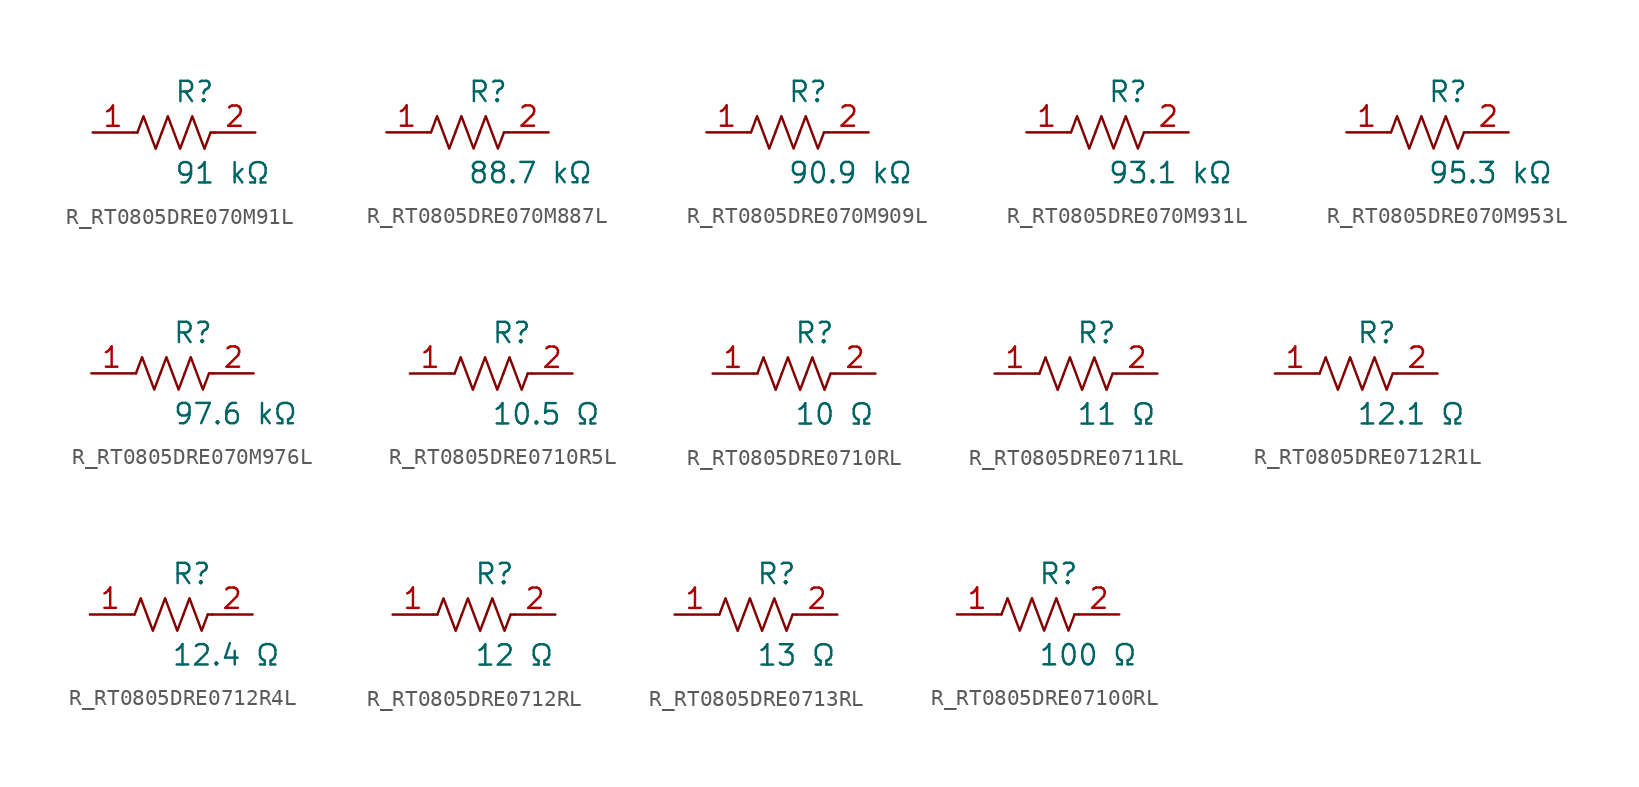
<source format=kicad_sym>
(kicad_symbol_lib
  (version 20231120)
  (generator kicad_symbol_editor)
  (generator_version 8.0)
  (symbol "R_RT0805DRE070M91L"
    (pin_names
      (offset 0.254))
    (property "Reference" "R"
      (at 0.0 2.54 0)
      (effects (font (size 1.27 1.27)) (justify left)))
    (property "Value" "91 kΩ"
      (at 0.0 -2.54 0)
      (effects (font (size 1.27 1.27)) (justify left)))
    (symbol "R_RT0805DRE070M91L_0_1"
      (polyline (pts (xy 2.286 0) (xy 2.54 0)) (stroke (width 0) (type default)) (fill (type none)))
      (polyline (pts (xy -2.286 0) (xy -2.54 0)) (stroke (width 0) (type default)) (fill (type none)))
      (polyline (pts (xy 0.762 0) (xy 1.143 1.016) (xy 1.524 0) (xy 1.905 -1.016) (xy 2.286 0)) (stroke (width 0) (type default)) (fill (type none)))
      (polyline (pts (xy -0.762 0) (xy -0.381 1.016) (xy 0 0) (xy 0.381 -1.016) (xy 0.762 0)) (stroke (width 0) (type default)) (fill (type none)))
      (polyline (pts (xy -2.286 0) (xy -1.905 1.016) (xy -1.524 0) (xy -1.143 -1.016) (xy -0.762 0)) (stroke (width 0) (type default)) (fill (type none))))
    (pin unspecified line
      (at -5.08 0 0)
      (length 2.54)
      (name "" (effects (font (size 1.27 1.27))))
      (number "1" (effects (font (size 1.27 1.27)))))
    (pin unspecified line
      (at 5.08 0 180)
      (length 2.54)
      (name "" (effects (font (size 1.27 1.27))))
      (number "2" (effects (font (size 1.27 1.27))))))
  (symbol "R_RT0805DRE070M887L"
    (pin_names
      (offset 0.254))
    (property "Reference" "R"
      (at 0.0 2.54 0)
      (effects (font (size 1.27 1.27)) (justify left)))
    (property "Value" "88.7 kΩ"
      (at 0.0 -2.54 0)
      (effects (font (size 1.27 1.27)) (justify left)))
    (symbol "R_RT0805DRE070M887L_0_1"
      (polyline (pts (xy 2.286 0) (xy 2.54 0)) (stroke (width 0) (type default)) (fill (type none)))
      (polyline (pts (xy -2.286 0) (xy -2.54 0)) (stroke (width 0) (type default)) (fill (type none)))
      (polyline (pts (xy 0.762 0) (xy 1.143 1.016) (xy 1.524 0) (xy 1.905 -1.016) (xy 2.286 0)) (stroke (width 0) (type default)) (fill (type none)))
      (polyline (pts (xy -0.762 0) (xy -0.381 1.016) (xy 0 0) (xy 0.381 -1.016) (xy 0.762 0)) (stroke (width 0) (type default)) (fill (type none)))
      (polyline (pts (xy -2.286 0) (xy -1.905 1.016) (xy -1.524 0) (xy -1.143 -1.016) (xy -0.762 0)) (stroke (width 0) (type default)) (fill (type none))))
    (pin unspecified line
      (at -5.08 0 0)
      (length 2.54)
      (name "" (effects (font (size 1.27 1.27))))
      (number "1" (effects (font (size 1.27 1.27)))))
    (pin unspecified line
      (at 5.08 0 180)
      (length 2.54)
      (name "" (effects (font (size 1.27 1.27))))
      (number "2" (effects (font (size 1.27 1.27))))))
  (symbol "R_RT0805DRE070M909L"
    (pin_names
      (offset 0.254))
    (property "Reference" "R"
      (at 0.0 2.54 0)
      (effects (font (size 1.27 1.27)) (justify left)))
    (property "Value" "90.9 kΩ"
      (at 0.0 -2.54 0)
      (effects (font (size 1.27 1.27)) (justify left)))
    (symbol "R_RT0805DRE070M909L_0_1"
      (polyline (pts (xy 2.286 0) (xy 2.54 0)) (stroke (width 0) (type default)) (fill (type none)))
      (polyline (pts (xy -2.286 0) (xy -2.54 0)) (stroke (width 0) (type default)) (fill (type none)))
      (polyline (pts (xy 0.762 0) (xy 1.143 1.016) (xy 1.524 0) (xy 1.905 -1.016) (xy 2.286 0)) (stroke (width 0) (type default)) (fill (type none)))
      (polyline (pts (xy -0.762 0) (xy -0.381 1.016) (xy 0 0) (xy 0.381 -1.016) (xy 0.762 0)) (stroke (width 0) (type default)) (fill (type none)))
      (polyline (pts (xy -2.286 0) (xy -1.905 1.016) (xy -1.524 0) (xy -1.143 -1.016) (xy -0.762 0)) (stroke (width 0) (type default)) (fill (type none))))
    (pin unspecified line
      (at -5.08 0 0)
      (length 2.54)
      (name "" (effects (font (size 1.27 1.27))))
      (number "1" (effects (font (size 1.27 1.27)))))
    (pin unspecified line
      (at 5.08 0 180)
      (length 2.54)
      (name "" (effects (font (size 1.27 1.27))))
      (number "2" (effects (font (size 1.27 1.27))))))
  (symbol "R_RT0805DRE070M931L"
    (pin_names
      (offset 0.254))
    (property "Reference" "R"
      (at 0.0 2.54 0)
      (effects (font (size 1.27 1.27)) (justify left)))
    (property "Value" "93.1 kΩ"
      (at 0.0 -2.54 0)
      (effects (font (size 1.27 1.27)) (justify left)))
    (symbol "R_RT0805DRE070M931L_0_1"
      (polyline (pts (xy 2.286 0) (xy 2.54 0)) (stroke (width 0) (type default)) (fill (type none)))
      (polyline (pts (xy -2.286 0) (xy -2.54 0)) (stroke (width 0) (type default)) (fill (type none)))
      (polyline (pts (xy 0.762 0) (xy 1.143 1.016) (xy 1.524 0) (xy 1.905 -1.016) (xy 2.286 0)) (stroke (width 0) (type default)) (fill (type none)))
      (polyline (pts (xy -0.762 0) (xy -0.381 1.016) (xy 0 0) (xy 0.381 -1.016) (xy 0.762 0)) (stroke (width 0) (type default)) (fill (type none)))
      (polyline (pts (xy -2.286 0) (xy -1.905 1.016) (xy -1.524 0) (xy -1.143 -1.016) (xy -0.762 0)) (stroke (width 0) (type default)) (fill (type none))))
    (pin unspecified line
      (at -5.08 0 0)
      (length 2.54)
      (name "" (effects (font (size 1.27 1.27))))
      (number "1" (effects (font (size 1.27 1.27)))))
    (pin unspecified line
      (at 5.08 0 180)
      (length 2.54)
      (name "" (effects (font (size 1.27 1.27))))
      (number "2" (effects (font (size 1.27 1.27))))))
  (symbol "R_RT0805DRE070M953L"
    (pin_names
      (offset 0.254))
    (property "Reference" "R"
      (at 0.0 2.54 0)
      (effects (font (size 1.27 1.27)) (justify left)))
    (property "Value" "95.3 kΩ"
      (at 0.0 -2.54 0)
      (effects (font (size 1.27 1.27)) (justify left)))
    (symbol "R_RT0805DRE070M953L_0_1"
      (polyline (pts (xy 2.286 0) (xy 2.54 0)) (stroke (width 0) (type default)) (fill (type none)))
      (polyline (pts (xy -2.286 0) (xy -2.54 0)) (stroke (width 0) (type default)) (fill (type none)))
      (polyline (pts (xy 0.762 0) (xy 1.143 1.016) (xy 1.524 0) (xy 1.905 -1.016) (xy 2.286 0)) (stroke (width 0) (type default)) (fill (type none)))
      (polyline (pts (xy -0.762 0) (xy -0.381 1.016) (xy 0 0) (xy 0.381 -1.016) (xy 0.762 0)) (stroke (width 0) (type default)) (fill (type none)))
      (polyline (pts (xy -2.286 0) (xy -1.905 1.016) (xy -1.524 0) (xy -1.143 -1.016) (xy -0.762 0)) (stroke (width 0) (type default)) (fill (type none))))
    (pin unspecified line
      (at -5.08 0 0)
      (length 2.54)
      (name "" (effects (font (size 1.27 1.27))))
      (number "1" (effects (font (size 1.27 1.27)))))
    (pin unspecified line
      (at 5.08 0 180)
      (length 2.54)
      (name "" (effects (font (size 1.27 1.27))))
      (number "2" (effects (font (size 1.27 1.27))))))
  (symbol "R_RT0805DRE070M976L"
    (pin_names
      (offset 0.254))
    (property "Reference" "R"
      (at 0.0 2.54 0)
      (effects (font (size 1.27 1.27)) (justify left)))
    (property "Value" "97.6 kΩ"
      (at 0.0 -2.54 0)
      (effects (font (size 1.27 1.27)) (justify left)))
    (symbol "R_RT0805DRE070M976L_0_1"
      (polyline (pts (xy 2.286 0) (xy 2.54 0)) (stroke (width 0) (type default)) (fill (type none)))
      (polyline (pts (xy -2.286 0) (xy -2.54 0)) (stroke (width 0) (type default)) (fill (type none)))
      (polyline (pts (xy 0.762 0) (xy 1.143 1.016) (xy 1.524 0) (xy 1.905 -1.016) (xy 2.286 0)) (stroke (width 0) (type default)) (fill (type none)))
      (polyline (pts (xy -0.762 0) (xy -0.381 1.016) (xy 0 0) (xy 0.381 -1.016) (xy 0.762 0)) (stroke (width 0) (type default)) (fill (type none)))
      (polyline (pts (xy -2.286 0) (xy -1.905 1.016) (xy -1.524 0) (xy -1.143 -1.016) (xy -0.762 0)) (stroke (width 0) (type default)) (fill (type none))))
    (pin unspecified line
      (at -5.08 0 0)
      (length 2.54)
      (name "" (effects (font (size 1.27 1.27))))
      (number "1" (effects (font (size 1.27 1.27)))))
    (pin unspecified line
      (at 5.08 0 180)
      (length 2.54)
      (name "" (effects (font (size 1.27 1.27))))
      (number "2" (effects (font (size 1.27 1.27))))))
  (symbol "R_RT0805DRE0710R5L"
    (pin_names
      (offset 0.254))
    (property "Reference" "R"
      (at 0.0 2.54 0)
      (effects (font (size 1.27 1.27)) (justify left)))
    (property "Value" "10.5 Ω"
      (at 0.0 -2.54 0)
      (effects (font (size 1.27 1.27)) (justify left)))
    (symbol "R_RT0805DRE0710R5L_0_1"
      (polyline (pts (xy 2.286 0) (xy 2.54 0)) (stroke (width 0) (type default)) (fill (type none)))
      (polyline (pts (xy -2.286 0) (xy -2.54 0)) (stroke (width 0) (type default)) (fill (type none)))
      (polyline (pts (xy 0.762 0) (xy 1.143 1.016) (xy 1.524 0) (xy 1.905 -1.016) (xy 2.286 0)) (stroke (width 0) (type default)) (fill (type none)))
      (polyline (pts (xy -0.762 0) (xy -0.381 1.016) (xy 0 0) (xy 0.381 -1.016) (xy 0.762 0)) (stroke (width 0) (type default)) (fill (type none)))
      (polyline (pts (xy -2.286 0) (xy -1.905 1.016) (xy -1.524 0) (xy -1.143 -1.016) (xy -0.762 0)) (stroke (width 0) (type default)) (fill (type none))))
    (pin unspecified line
      (at -5.08 0 0)
      (length 2.54)
      (name "" (effects (font (size 1.27 1.27))))
      (number "1" (effects (font (size 1.27 1.27)))))
    (pin unspecified line
      (at 5.08 0 180)
      (length 2.54)
      (name "" (effects (font (size 1.27 1.27))))
      (number "2" (effects (font (size 1.27 1.27))))))
  (symbol "R_RT0805DRE0710RL"
    (pin_names
      (offset 0.254))
    (property "Reference" "R"
      (at 0.0 2.54 0)
      (effects (font (size 1.27 1.27)) (justify left)))
    (property "Value" "10 Ω"
      (at 0.0 -2.54 0)
      (effects (font (size 1.27 1.27)) (justify left)))
    (symbol "R_RT0805DRE0710RL_0_1"
      (polyline (pts (xy 2.286 0) (xy 2.54 0)) (stroke (width 0) (type default)) (fill (type none)))
      (polyline (pts (xy -2.286 0) (xy -2.54 0)) (stroke (width 0) (type default)) (fill (type none)))
      (polyline (pts (xy 0.762 0) (xy 1.143 1.016) (xy 1.524 0) (xy 1.905 -1.016) (xy 2.286 0)) (stroke (width 0) (type default)) (fill (type none)))
      (polyline (pts (xy -0.762 0) (xy -0.381 1.016) (xy 0 0) (xy 0.381 -1.016) (xy 0.762 0)) (stroke (width 0) (type default)) (fill (type none)))
      (polyline (pts (xy -2.286 0) (xy -1.905 1.016) (xy -1.524 0) (xy -1.143 -1.016) (xy -0.762 0)) (stroke (width 0) (type default)) (fill (type none))))
    (pin unspecified line
      (at -5.08 0 0)
      (length 2.54)
      (name "" (effects (font (size 1.27 1.27))))
      (number "1" (effects (font (size 1.27 1.27)))))
    (pin unspecified line
      (at 5.08 0 180)
      (length 2.54)
      (name "" (effects (font (size 1.27 1.27))))
      (number "2" (effects (font (size 1.27 1.27))))))
  (symbol "R_RT0805DRE0711RL"
    (pin_names
      (offset 0.254))
    (property "Reference" "R"
      (at 0.0 2.54 0)
      (effects (font (size 1.27 1.27)) (justify left)))
    (property "Value" "11 Ω"
      (at 0.0 -2.54 0)
      (effects (font (size 1.27 1.27)) (justify left)))
    (symbol "R_RT0805DRE0711RL_0_1"
      (polyline (pts (xy 2.286 0) (xy 2.54 0)) (stroke (width 0) (type default)) (fill (type none)))
      (polyline (pts (xy -2.286 0) (xy -2.54 0)) (stroke (width 0) (type default)) (fill (type none)))
      (polyline (pts (xy 0.762 0) (xy 1.143 1.016) (xy 1.524 0) (xy 1.905 -1.016) (xy 2.286 0)) (stroke (width 0) (type default)) (fill (type none)))
      (polyline (pts (xy -0.762 0) (xy -0.381 1.016) (xy 0 0) (xy 0.381 -1.016) (xy 0.762 0)) (stroke (width 0) (type default)) (fill (type none)))
      (polyline (pts (xy -2.286 0) (xy -1.905 1.016) (xy -1.524 0) (xy -1.143 -1.016) (xy -0.762 0)) (stroke (width 0) (type default)) (fill (type none))))
    (pin unspecified line
      (at -5.08 0 0)
      (length 2.54)
      (name "" (effects (font (size 1.27 1.27))))
      (number "1" (effects (font (size 1.27 1.27)))))
    (pin unspecified line
      (at 5.08 0 180)
      (length 2.54)
      (name "" (effects (font (size 1.27 1.27))))
      (number "2" (effects (font (size 1.27 1.27))))))
  (symbol "R_RT0805DRE0712R1L"
    (pin_names
      (offset 0.254))
    (property "Reference" "R"
      (at 0.0 2.54 0)
      (effects (font (size 1.27 1.27)) (justify left)))
    (property "Value" "12.1 Ω"
      (at 0.0 -2.54 0)
      (effects (font (size 1.27 1.27)) (justify left)))
    (symbol "R_RT0805DRE0712R1L_0_1"
      (polyline (pts (xy 2.286 0) (xy 2.54 0)) (stroke (width 0) (type default)) (fill (type none)))
      (polyline (pts (xy -2.286 0) (xy -2.54 0)) (stroke (width 0) (type default)) (fill (type none)))
      (polyline (pts (xy 0.762 0) (xy 1.143 1.016) (xy 1.524 0) (xy 1.905 -1.016) (xy 2.286 0)) (stroke (width 0) (type default)) (fill (type none)))
      (polyline (pts (xy -0.762 0) (xy -0.381 1.016) (xy 0 0) (xy 0.381 -1.016) (xy 0.762 0)) (stroke (width 0) (type default)) (fill (type none)))
      (polyline (pts (xy -2.286 0) (xy -1.905 1.016) (xy -1.524 0) (xy -1.143 -1.016) (xy -0.762 0)) (stroke (width 0) (type default)) (fill (type none))))
    (pin unspecified line
      (at -5.08 0 0)
      (length 2.54)
      (name "" (effects (font (size 1.27 1.27))))
      (number "1" (effects (font (size 1.27 1.27)))))
    (pin unspecified line
      (at 5.08 0 180)
      (length 2.54)
      (name "" (effects (font (size 1.27 1.27))))
      (number "2" (effects (font (size 1.27 1.27))))))
  (symbol "R_RT0805DRE0712R4L"
    (pin_names
      (offset 0.254))
    (property "Reference" "R"
      (at 0.0 2.54 0)
      (effects (font (size 1.27 1.27)) (justify left)))
    (property "Value" "12.4 Ω"
      (at 0.0 -2.54 0)
      (effects (font (size 1.27 1.27)) (justify left)))
    (symbol "R_RT0805DRE0712R4L_0_1"
      (polyline (pts (xy 2.286 0) (xy 2.54 0)) (stroke (width 0) (type default)) (fill (type none)))
      (polyline (pts (xy -2.286 0) (xy -2.54 0)) (stroke (width 0) (type default)) (fill (type none)))
      (polyline (pts (xy 0.762 0) (xy 1.143 1.016) (xy 1.524 0) (xy 1.905 -1.016) (xy 2.286 0)) (stroke (width 0) (type default)) (fill (type none)))
      (polyline (pts (xy -0.762 0) (xy -0.381 1.016) (xy 0 0) (xy 0.381 -1.016) (xy 0.762 0)) (stroke (width 0) (type default)) (fill (type none)))
      (polyline (pts (xy -2.286 0) (xy -1.905 1.016) (xy -1.524 0) (xy -1.143 -1.016) (xy -0.762 0)) (stroke (width 0) (type default)) (fill (type none))))
    (pin unspecified line
      (at -5.08 0 0)
      (length 2.54)
      (name "" (effects (font (size 1.27 1.27))))
      (number "1" (effects (font (size 1.27 1.27)))))
    (pin unspecified line
      (at 5.08 0 180)
      (length 2.54)
      (name "" (effects (font (size 1.27 1.27))))
      (number "2" (effects (font (size 1.27 1.27))))))
  (symbol "R_RT0805DRE0712RL"
    (pin_names
      (offset 0.254))
    (property "Reference" "R"
      (at 0.0 2.54 0)
      (effects (font (size 1.27 1.27)) (justify left)))
    (property "Value" "12 Ω"
      (at 0.0 -2.54 0)
      (effects (font (size 1.27 1.27)) (justify left)))
    (symbol "R_RT0805DRE0712RL_0_1"
      (polyline (pts (xy 2.286 0) (xy 2.54 0)) (stroke (width 0) (type default)) (fill (type none)))
      (polyline (pts (xy -2.286 0) (xy -2.54 0)) (stroke (width 0) (type default)) (fill (type none)))
      (polyline (pts (xy 0.762 0) (xy 1.143 1.016) (xy 1.524 0) (xy 1.905 -1.016) (xy 2.286 0)) (stroke (width 0) (type default)) (fill (type none)))
      (polyline (pts (xy -0.762 0) (xy -0.381 1.016) (xy 0 0) (xy 0.381 -1.016) (xy 0.762 0)) (stroke (width 0) (type default)) (fill (type none)))
      (polyline (pts (xy -2.286 0) (xy -1.905 1.016) (xy -1.524 0) (xy -1.143 -1.016) (xy -0.762 0)) (stroke (width 0) (type default)) (fill (type none))))
    (pin unspecified line
      (at -5.08 0 0)
      (length 2.54)
      (name "" (effects (font (size 1.27 1.27))))
      (number "1" (effects (font (size 1.27 1.27)))))
    (pin unspecified line
      (at 5.08 0 180)
      (length 2.54)
      (name "" (effects (font (size 1.27 1.27))))
      (number "2" (effects (font (size 1.27 1.27))))))
  (symbol "R_RT0805DRE0713RL"
    (pin_names
      (offset 0.254))
    (property "Reference" "R"
      (at 0.0 2.54 0)
      (effects (font (size 1.27 1.27)) (justify left)))
    (property "Value" "13 Ω"
      (at 0.0 -2.54 0)
      (effects (font (size 1.27 1.27)) (justify left)))
    (symbol "R_RT0805DRE0713RL_0_1"
      (polyline (pts (xy 2.286 0) (xy 2.54 0)) (stroke (width 0) (type default)) (fill (type none)))
      (polyline (pts (xy -2.286 0) (xy -2.54 0)) (stroke (width 0) (type default)) (fill (type none)))
      (polyline (pts (xy 0.762 0) (xy 1.143 1.016) (xy 1.524 0) (xy 1.905 -1.016) (xy 2.286 0)) (stroke (width 0) (type default)) (fill (type none)))
      (polyline (pts (xy -0.762 0) (xy -0.381 1.016) (xy 0 0) (xy 0.381 -1.016) (xy 0.762 0)) (stroke (width 0) (type default)) (fill (type none)))
      (polyline (pts (xy -2.286 0) (xy -1.905 1.016) (xy -1.524 0) (xy -1.143 -1.016) (xy -0.762 0)) (stroke (width 0) (type default)) (fill (type none))))
    (pin unspecified line
      (at -5.08 0 0)
      (length 2.54)
      (name "" (effects (font (size 1.27 1.27))))
      (number "1" (effects (font (size 1.27 1.27)))))
    (pin unspecified line
      (at 5.08 0 180)
      (length 2.54)
      (name "" (effects (font (size 1.27 1.27))))
      (number "2" (effects (font (size 1.27 1.27))))))
  (symbol "R_RT0805DRE07100RL"
    (pin_names
      (offset 0.254))
    (property "Reference" "R"
      (at 0.0 2.54 0)
      (effects (font (size 1.27 1.27)) (justify left)))
    (property "Value" "100 Ω"
      (at 0.0 -2.54 0)
      (effects (font (size 1.27 1.27)) (justify left)))
    (symbol "R_RT0805DRE07100RL_0_1"
      (polyline (pts (xy 2.286 0) (xy 2.54 0)) (stroke (width 0) (type default)) (fill (type none)))
      (polyline (pts (xy -2.286 0) (xy -2.54 0)) (stroke (width 0) (type default)) (fill (type none)))
      (polyline (pts (xy 0.762 0) (xy 1.143 1.016) (xy 1.524 0) (xy 1.905 -1.016) (xy 2.286 0)) (stroke (width 0) (type default)) (fill (type none)))
      (polyline (pts (xy -0.762 0) (xy -0.381 1.016) (xy 0 0) (xy 0.381 -1.016) (xy 0.762 0)) (stroke (width 0) (type default)) (fill (type none)))
      (polyline (pts (xy -2.286 0) (xy -1.905 1.016) (xy -1.524 0) (xy -1.143 -1.016) (xy -0.762 0)) (stroke (width 0) (type default)) (fill (type none))))
    (pin unspecified line
      (at -5.08 0 0)
      (length 2.54)
      (name "" (effects (font (size 1.27 1.27))))
      (number "1" (effects (font (size 1.27 1.27)))))
    (pin unspecified line
      (at 5.08 0 180)
      (length 2.54)
      (name "" (effects (font (size 1.27 1.27))))
      (number "2" (effects (font (size 1.27 1.27)))))))
</source>
